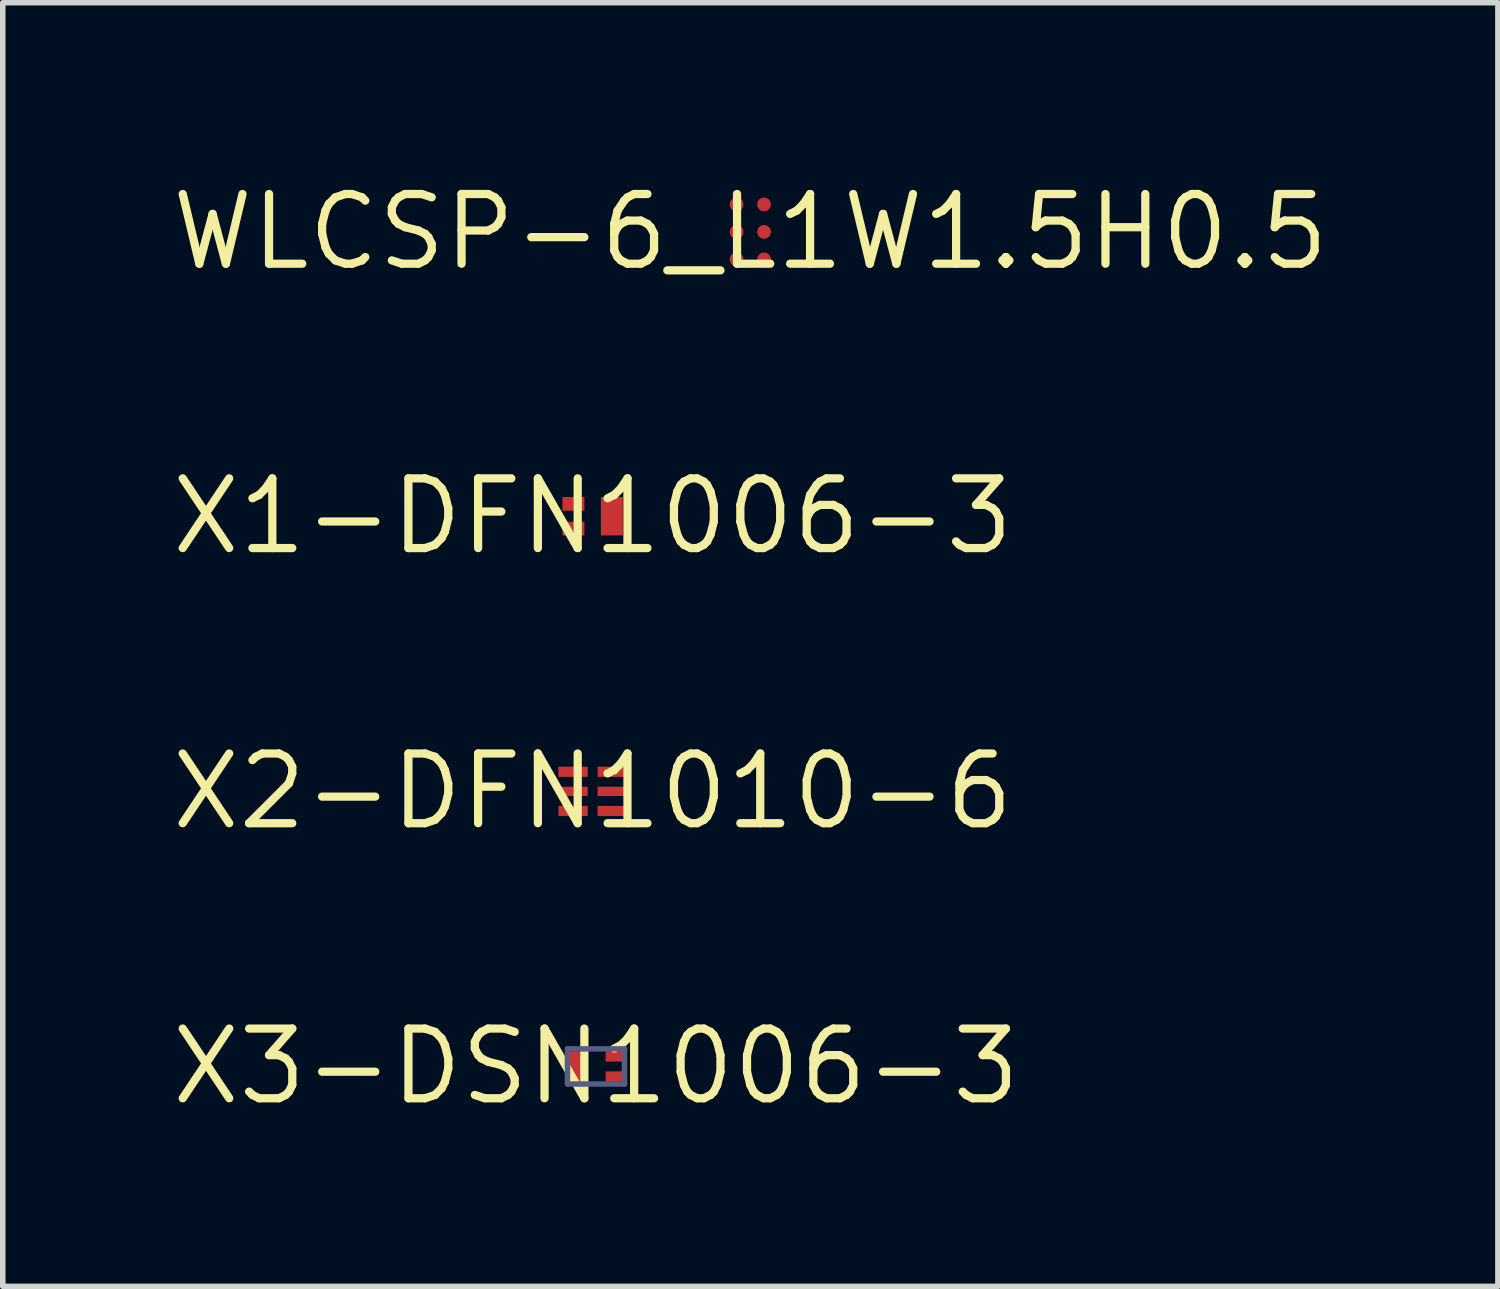
<source format=kicad_pcb>
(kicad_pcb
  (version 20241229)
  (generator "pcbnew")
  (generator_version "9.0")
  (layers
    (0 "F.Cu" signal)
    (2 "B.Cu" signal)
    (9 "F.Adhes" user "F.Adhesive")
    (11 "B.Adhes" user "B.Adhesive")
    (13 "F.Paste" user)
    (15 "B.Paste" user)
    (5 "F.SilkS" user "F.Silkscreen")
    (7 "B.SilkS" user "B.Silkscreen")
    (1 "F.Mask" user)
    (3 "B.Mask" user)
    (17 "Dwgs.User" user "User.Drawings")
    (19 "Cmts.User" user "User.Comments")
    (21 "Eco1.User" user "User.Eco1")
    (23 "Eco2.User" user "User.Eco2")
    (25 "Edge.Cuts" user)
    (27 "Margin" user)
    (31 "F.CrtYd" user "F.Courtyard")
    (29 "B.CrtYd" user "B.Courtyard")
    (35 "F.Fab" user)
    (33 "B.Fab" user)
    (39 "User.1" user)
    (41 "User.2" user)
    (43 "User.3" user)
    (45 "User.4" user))
  (footprint "X3-DSN1006-3"
    (layer "F.Cu")
    (at 7.809 16.381)
    (property "Reference" "X3-DSN1006-3" (at 0 0 0) (layer "F.SilkS") (effects (font (size 1.27 1.27) (thickness 0.15))))
    (fp_line (start -0.7 -0.475) (end -0.7 0.475) (stroke (width 0.1) (type solid)) (layer "Eco1.User"))
    (fp_line (start 0 -0.32) (end 0 -0.32) (stroke (width 0.159) (type solid)) (layer "Eco1.User"))
    (fp_line (start 0 -0.32) (end 0 0.32) (stroke (width 0.159) (type solid)) (layer "Eco1.User"))
    (fp_line (start 0.32 0) (end -0.32 0) (stroke (width 0.159) (type solid)) (layer "Eco1.User"))
    (fp_line (start 0.7 -0.475) (end -0.7 -0.475) (stroke (width 0.1) (type solid)) (layer "Eco1.User"))
    (fp_line (start 0.7 -0.475) (end 0.7 0.475) (stroke (width 0.1) (type solid)) (layer "Eco1.User"))
    (fp_line (start 0.7 0.475) (end -0.7 0.475) (stroke (width 0.1) (type solid)) (layer "Eco1.User"))
    (fp_line (start -0.52 -0.32) (end -0.52 0.32) (stroke (width 0.1) (type solid)) (layer "Eco2.User"))
    (fp_line (start 0.52 -0.32) (end -0.52 -0.32) (stroke (width 0.1) (type solid)) (layer "Eco2.User"))
    (fp_line (start 0.52 -0.32) (end 0.52 0.32) (stroke (width 0.1) (type solid)) (layer "Eco2.User"))
    (fp_line (start 0.52 0.32) (end -0.52 0.32) (stroke (width 0.1) (type solid)) (layer "Eco2.User"))
    (fp_line (start -0.52 -0.32) (end -0.52 0.32) (stroke (width 0.1) (type solid)) (layer "B.Fab"))
    (fp_line (start 0.52 -0.32) (end -0.52 -0.32) (stroke (width 0.1) (type solid)) (layer "B.Fab"))
    (fp_line (start 0.52 -0.32) (end 0.52 0.32) (stroke (width 0.1) (type solid)) (layer "B.Fab"))
    (fp_line (start 0.52 0.32) (end -0.52 0.32) (stroke (width 0.1) (type solid)) (layer "B.Fab"))
    (fp_text_box "" (start -0.281 -0.2) (end -0.281 -0.2) (margins 0.406 0.406 0.406 0.406) (angle 180) (layer "F.Cu") (effects (font (size 0.475 0.4) (thickness 0.075)) (justify left bottom)) (border yes) (stroke (width 0.1) (type default)))
    (fp_text_box "" (start -0.975 0.465) (end -0.975 0.465) (margins 0.95 0.95 0.95 0.95) (layer "F.Cu") (effects (font (size 1.2 1) (thickness 0.2)) (justify left bottom)) (border yes) (stroke (width 0.1) (type default)))
    (fp_text_box "" (start 0.725 0.45) (end 0.725 0.45) (margins 0.406 0.406 0.406 0.406) (angle 180) (layer "F.Cu") (effects (font (size 0.475 0.4) (thickness 0.075)) (justify left bottom)) (border yes) (stroke (width 0.1) (type default)))
    (pad "1" smd rect (at -0.338 0) (size 0.325 0.55) (layers "F.Cu" "F.Mask" "F.Paste"))
    (pad "2" smd rect (at 0.338 0.182) (size 0.325 0.185) (layers "F.Cu" "F.Mask" "F.Paste"))
    (pad "3" smd rect (at 0.338 -0.182) (size 0.325 0.185) (layers "F.Cu" "F.Mask" "F.Paste")))
  (footprint "X2-DFN1010-6"
    (layer "F.Cu")
    (at 7.748 11.369)
    (property "Reference" "X2-DFN1010-6" (at 0 0 0) (layer "F.SilkS") (effects (font (size 1.27 1.27) (thickness 0.15))))
    (fp_line (start -0.825 -0.938) (end 0.825 -0.938) (stroke (width 0.1) (type solid)) (layer "Eco1.User"))
    (fp_line (start -0.825 0.938) (end -0.825 -0.938) (stroke (width 0.1) (type solid)) (layer "Eco1.User"))
    (fp_line (start -0.825 0.938) (end 0.825 0.938) (stroke (width 0.1) (type solid)) (layer "Eco1.User"))
    (fp_line (start -0.5 0) (end 0.5 0) (stroke (width 0.1) (type solid)) (layer "Eco1.User"))
    (fp_line (start 0 0.5) (end 0 -0.5) (stroke (width 0.1) (type solid)) (layer "Eco1.User"))
    (fp_line (start 0.825 0.938) (end 0.825 -0.938) (stroke (width 0.1) (type solid)) (layer "Eco1.User"))
    (fp_line (start -0.5 -0.5) (end 0.5 -0.5) (stroke (width 0.1) (type solid)) (layer "Eco2.User"))
    (fp_line (start -0.5 0.5) (end -0.5 -0.5) (stroke (width 0.1) (type solid)) (layer "Eco2.User"))
    (fp_line (start -0.5 0.5) (end 0.5 0.5) (stroke (width 0.1) (type solid)) (layer "Eco2.User"))
    (fp_line (start 0.5 0.5) (end 0.5 -0.5) (stroke (width 0.1) (type solid)) (layer "Eco2.User"))
    (fp_text_box "" (start 0.692 0.15) (end 0.692 0.15) (margins 0.406 0.406 0.406 0.406) (layer "F.Cu") (effects (font (size 0.475 0.4) (thickness 0.075)) (justify left bottom)) (border yes) (stroke (width 0.1) (type default)))
    (fp_text_box "" (start -1.079 -0.45) (end -1.079 -0.45) (margins 0.5 0.5 0.5 0.5) (layer "F.Cu") (effects (font (size 0.6 0.5) (thickness 0.1)) (justify left bottom)) (border yes) (stroke (width 0.1) (type default)))
    (fp_text_box "" (start -0.775 -0.05) (end -0.775 -0.05) (margins 0.406 0.406 0.406 0.406) (layer "F.Cu") (effects (font (size 0.475 0.4) (thickness 0.075)) (justify left bottom)) (border yes) (stroke (width 0.1) (type default)))
    (pad "1" smd rect (at -0.357 -0.357 90) (size 0.185 0.535) (layers "F.Cu" "F.Mask" "F.Paste"))
    (pad "2" smd rect (at -0.357 0 90) (size 0.17 0.535) (layers "F.Cu" "F.Mask" "F.Paste"))
    (pad "3" smd rect (at -0.357 0.357 90) (size 0.185 0.535) (layers "F.Cu" "F.Mask" "F.Paste"))
    (pad "4" smd rect (at 0.357 0.357 90) (size 0.185 0.535) (layers "F.Cu" "F.Mask" "F.Paste"))
    (pad "5" smd rect (at 0.357 0 90) (size 0.17 0.535) (layers "F.Cu" "F.Mask" "F.Paste"))
    (pad "6" smd rect (at 0.357 -0.357 90) (size 0.185 0.535) (layers "F.Cu" "F.Mask" "F.Paste")))
  (footprint "X1-DFN1006-3"
    (layer "F.Cu")
    (at 7.748 6.356)
    (property "Reference" "X1-DFN1006-3" (at 0 0 0) (layer "F.SilkS") (effects (font (size 1.27 1.27) (thickness 0.15))))
    (fp_line (start -0.26 -0.25) (end -0.54 -0.25) (stroke (width 0.229) (type solid)) (layer "F.Paste"))
    (fp_line (start -0.26 0.25) (end -0.54 0.25) (stroke (width 0.229) (type solid)) (layer "F.Paste"))
    (fp_line (start -1.05 -0.6) (end -1.05 0.6) (stroke (width 0.1) (type solid)) (layer "Eco1.User"))
    (fp_line (start -1.05 -0.6) (end 0.817 -0.6) (stroke (width 0.1) (type solid)) (layer "Eco1.User"))
    (fp_line (start -1.05 0.6) (end 0.817 0.6) (stroke (width 0.1) (type solid)) (layer "Eco1.User"))
    (fp_line (start -0.5 0) (end 0.5 0) (stroke (width 0.1) (type solid)) (layer "Eco1.User"))
    (fp_line (start 0 -0.5) (end 0 0.5) (stroke (width 0.1) (type solid)) (layer "Eco1.User"))
    (fp_line (start 0.817 -0.6) (end 0.817 0.6) (stroke (width 0.1) (type solid)) (layer "Eco1.User"))
    (fp_line (start -0.5 -0.3) (end -0.5 0.3) (stroke (width 0.1) (type solid)) (layer "Eco2.User"))
    (fp_line (start -0.5 -0.3) (end 0.5 -0.3) (stroke (width 0.1) (type solid)) (layer "Eco2.User"))
    (fp_line (start -0.5 0.3) (end 0.5 0.3) (stroke (width 0.1) (type solid)) (layer "Eco2.User"))
    (fp_line (start 0.5 -0.3) (end 0.5 0.3) (stroke (width 0.1) (type solid)) (layer "Eco2.User"))
    (fp_text_box "" (start -0.782 0.9) (end -0.782 0.9) (margins 0.406 0.406 0.406 0.406) (layer "F.Cu") (effects (font (size 0.475 0.4) (thickness 0.075)) (justify left bottom)) (border yes) (stroke (width 0.1) (type default)))
    (pad "1" smd rect (at -0.35 -0.225) (size 0.4 0.25) (layers "F.Cu" "F.Mask" "F.Paste"))
    (pad "2" smd rect (at -0.35 0.225) (size 0.4 0.25) (layers "F.Cu" "F.Mask" "F.Paste"))
    (pad "3" smd rect (at 0.35 0) (size 0.4 0.7) (layers "F.Cu" "F.Mask" "F.Paste")))
  (footprint "WLCSP-6_L1W1.5H0.5"
    (layer "F.Cu")
    (at 10.621 1.175)
    (property "Reference" "WLCSP-6_L1W1.5H0.5" (at 0 0 0) (layer "F.SilkS") (effects (font (size 1.27 1.27) (thickness 0.15))))
    (fp_line (start -0.7 -1.125) (end 0.7 -1.125) (stroke (width 0.1) (type solid)) (layer "Eco1.User"))
    (fp_line (start -0.7 1.125) (end -0.7 -1.125) (stroke (width 0.1) (type solid)) (layer "Eco1.User"))
    (fp_line (start -0.7 1.125) (end 0.7 1.125) (stroke (width 0.1) (type solid)) (layer "Eco1.User"))
    (fp_line (start -0.35 0) (end 0.35 0) (stroke (width 0.1) (type solid)) (layer "Eco1.User"))
    (fp_line (start -0.00008 0.35) (end -0.00008 -0.35) (stroke (width 0.1) (type solid)) (layer "Eco1.User"))
    (fp_line (start 0.7 1.125) (end 0.7 -1.125) (stroke (width 0.1) (type solid)) (layer "Eco1.User"))
    (fp_line (start -0.5 -0.75) (end 0.5 -0.75) (stroke (width 0.1) (type solid)) (layer "Eco2.User"))
    (fp_line (start -0.5 0.75) (end -0.5 -0.75) (stroke (width 0.1) (type solid)) (layer "Eco2.User"))
    (fp_line (start -0.5 0.75) (end 0.5 0.75) (stroke (width 0.1) (type solid)) (layer "Eco2.User"))
    (fp_line (start 0.5 0.75) (end 0.5 -0.75) (stroke (width 0.1) (type solid)) (layer "Eco2.User"))
    (fp_text_box "" (start -0.677 -0.799) (end -0.677 -0.799) (margins 0.95 0.95 0.95 0.95) (layer "F.Cu") (effects (font (size 1.2 1) (thickness 0.2)) (justify left bottom)) (border yes) (stroke (width 0.1) (type default)))
    (fp_text_box "" (start -0.634 -0.888) (end -0.634 -0.888) (margins 0.406 0.406 0.406 0.406) (layer "F.Cu") (effects (font (size 0.475 0.4) (thickness 0.075)) (justify left bottom)) (border yes) (stroke (width 0.1) (type default)))
    (fp_text_box "" (start -0.325 -0.4) (end -0.325 -0.4) (margins 0.95 0.95 0.95 0.95) (layer "F.Cu") (effects (font (size 1.2 1) (thickness 0.2)) (justify left bottom)) (border yes) (stroke (width 0.1) (type default)))
    (pad "A1" smd circle (at -0.25 -0.5) (size 0.25 0.25) (layers "F.Cu" "F.Mask" "F.Paste"))
    (pad "A2" smd circle (at 0.25 -0.5) (size 0.25 0.25) (layers "F.Cu" "F.Mask" "F.Paste"))
    (pad "B1" smd circle (at -0.25 0) (size 0.25 0.25) (layers "F.Cu" "F.Mask" "F.Paste"))
    (pad "B2" smd circle (at 0.25 0) (size 0.25 0.25) (layers "F.Cu" "F.Mask" "F.Paste"))
    (pad "C1" smd circle (at -0.25 0.5) (size 0.25 0.25) (layers "F.Cu" "F.Mask" "F.Paste"))
    (pad "C2" smd circle (at 0.25 0.5) (size 0.25 0.25) (layers "F.Cu" "F.Mask" "F.Paste")))
  (gr_rect
    (start -3 -3)
    (end 24.242 20.387)
    (stroke (width 0.1) (type default))
    (fill no)
    (layer "Edge.Cuts")))
</source>
